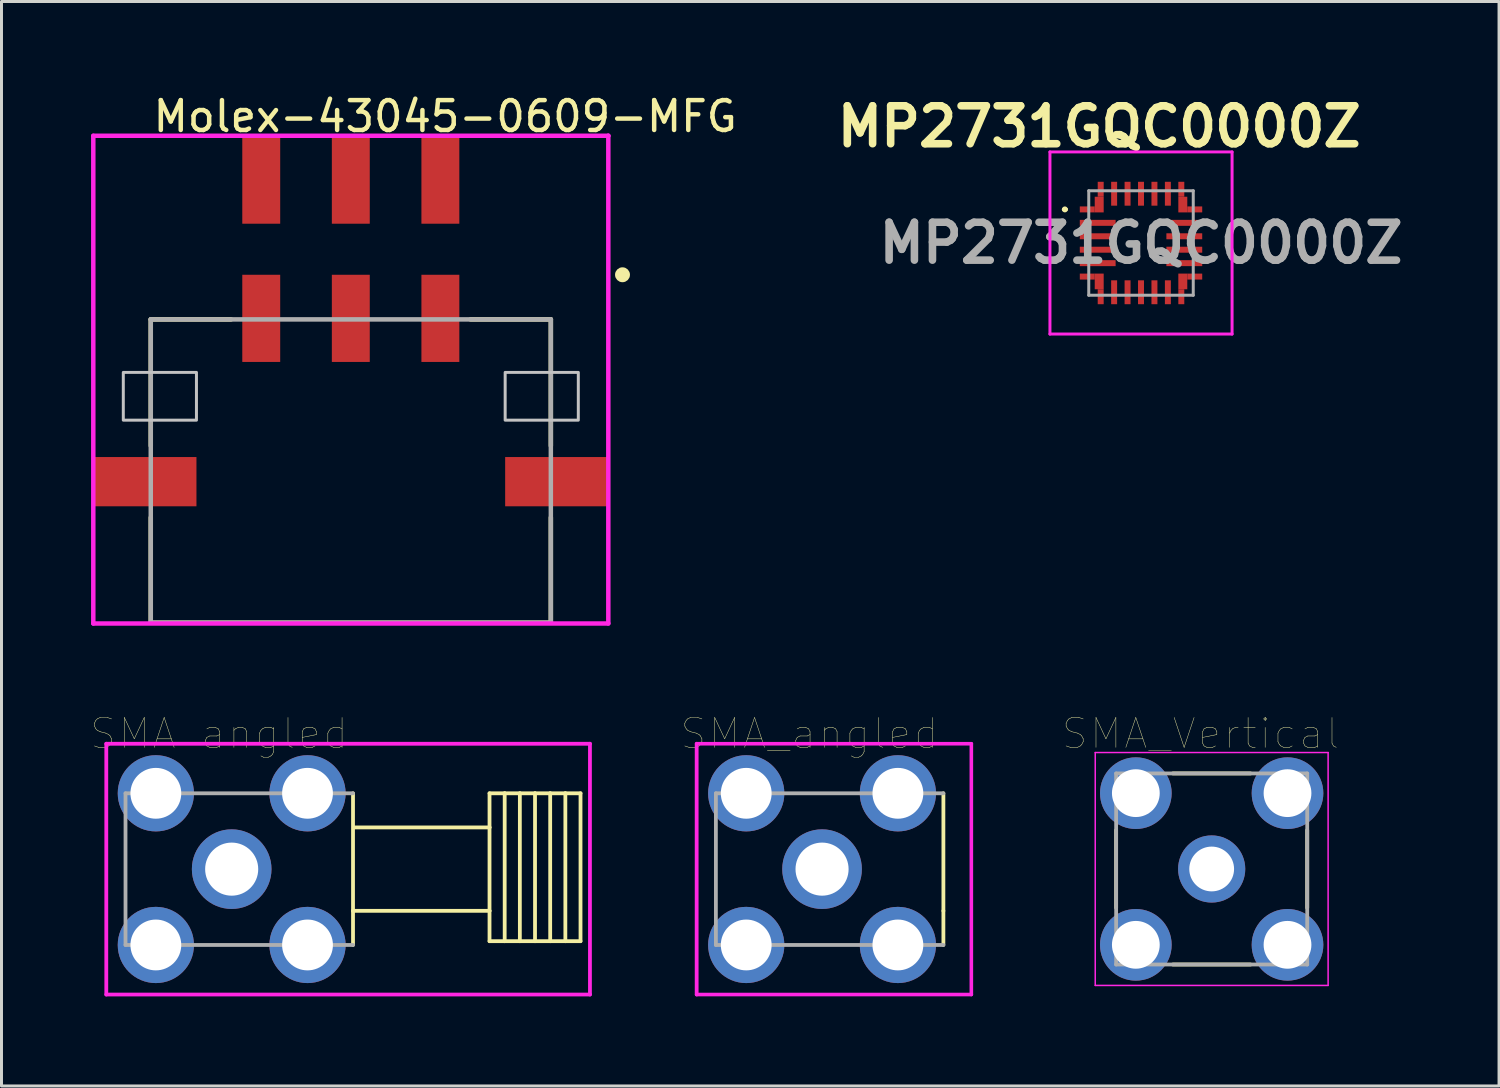
<source format=kicad_pcb>
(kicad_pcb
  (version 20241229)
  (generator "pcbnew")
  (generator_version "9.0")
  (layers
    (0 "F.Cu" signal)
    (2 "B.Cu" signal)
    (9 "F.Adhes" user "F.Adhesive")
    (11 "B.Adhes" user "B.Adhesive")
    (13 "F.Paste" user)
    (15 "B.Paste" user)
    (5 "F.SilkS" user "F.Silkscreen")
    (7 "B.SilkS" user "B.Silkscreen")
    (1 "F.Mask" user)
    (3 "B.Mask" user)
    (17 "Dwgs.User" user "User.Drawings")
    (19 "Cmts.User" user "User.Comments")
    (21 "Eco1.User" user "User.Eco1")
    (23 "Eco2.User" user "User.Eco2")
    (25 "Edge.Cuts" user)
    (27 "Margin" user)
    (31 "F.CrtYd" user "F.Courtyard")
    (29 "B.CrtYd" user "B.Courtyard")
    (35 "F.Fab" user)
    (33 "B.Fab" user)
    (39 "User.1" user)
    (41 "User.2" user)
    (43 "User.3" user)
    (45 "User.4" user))
  (footprint "SMA_angled"
    (layer "F.Cu")
    (at 24.484 26.061)
    (property "Reference" "SMA_angled" (at -0.426 -4.541 0) (layer "F.SilkS") (effects (font (size 1.001 1.001) (thickness 0.015))))
    (attr through_hole)
    (fp_line (start 4.064 -2.54) (end 4.064 1.397) (stroke (width 0.127) (type solid)) (layer "F.SilkS"))
    (fp_line (start 4.064 1.397) (end 4.064 2.54) (stroke (width 0.127) (type solid)) (layer "F.SilkS"))
    (fp_line (start -4.2 4.2) (end -4.2 -4.2) (stroke (width 0.127) (type solid)) (layer "F.CrtYd"))
    (fp_line (start 5 -4.2) (end -4.2 -4.2) (stroke (width 0.12) (type solid)) (layer "F.CrtYd"))
    (fp_line (start 5 -4.2) (end 5 4.2) (stroke (width 0.12) (type solid)) (layer "F.CrtYd"))
    (fp_line (start 5 4.2) (end -4.2 4.2) (stroke (width 0.12) (type solid)) (layer "F.CrtYd"))
    (fp_line (start -3.556 -2.54) (end -3.556 2.54) (stroke (width 0.127) (type solid)) (layer "F.Fab"))
    (fp_line (start -3.556 2.54) (end 4.064 2.54) (stroke (width 0.127) (type solid)) (layer "F.Fab"))
    (fp_line (start 4.064 -2.54) (end -3.556 -2.54) (stroke (width 0.127) (type solid)) (layer "F.Fab"))
    (pad "1" thru_hole circle (at 0 0) (size 2.667 2.667) (drill 1.778) (layers "*.Cu" "*.Mask"))
    (pad "2" thru_hole circle (at -2.54 -2.54) (size 2.553 2.553) (drill 1.702) (layers "*.Cu" "*.Mask"))
    (pad "3" thru_hole circle (at 2.54 -2.54) (size 2.553 2.553) (drill 1.702) (layers "*.Cu" "*.Mask"))
    (pad "4" thru_hole circle (at -2.54 2.54) (size 2.553 2.553) (drill 1.702) (layers "*.Cu" "*.Mask"))
    (pad "5" thru_hole circle (at 2.54 2.54) (size 2.553 2.553) (drill 1.702) (layers "*.Cu" "*.Mask")))
  (footprint "SMA angled"
    (layer "F.Cu")
    (at 4.71 26.061)
    (property "Reference" "SMA angled" (at -0.426 -4.541 0) (layer "F.SilkS") (effects (font (size 1.001 1.001) (thickness 0.015))))
    (attr through_hole)
    (fp_line (start 4.064 -2.54) (end 4.064 1.397) (stroke (width 0.127) (type solid)) (layer "F.SilkS"))
    (fp_line (start 4.064 1.397) (end 4.064 2.54) (stroke (width 0.127) (type solid)) (layer "F.SilkS"))
    (fp_line (start 4.064 1.397) (end 8.636 1.397) (stroke (width 0.127) (type solid)) (layer "F.SilkS"))
    (fp_line (start 4.091 -1.397) (end 8.636 -1.397) (stroke (width 0.127) (type solid)) (layer "F.SilkS"))
    (fp_line (start 8.636 -2.54) (end 9.144 -2.54) (stroke (width 0.127) (type solid)) (layer "F.SilkS"))
    (fp_line (start 8.636 -1.397) (end 8.636 -2.54) (stroke (width 0.127) (type solid)) (layer "F.SilkS"))
    (fp_line (start 8.636 1.397) (end 8.636 -1.397) (stroke (width 0.127) (type solid)) (layer "F.SilkS"))
    (fp_line (start 8.636 2.413) (end 8.636 1.397) (stroke (width 0.127) (type solid)) (layer "F.SilkS"))
    (fp_line (start 9.144 -2.54) (end 9.144 2.413) (stroke (width 0.127) (type solid)) (layer "F.SilkS"))
    (fp_line (start 9.144 -2.54) (end 9.652 -2.54) (stroke (width 0.127) (type solid)) (layer "F.SilkS"))
    (fp_line (start 9.144 2.413) (end 8.636 2.413) (stroke (width 0.127) (type solid)) (layer "F.SilkS"))
    (fp_line (start 9.652 -2.54) (end 9.652 2.413) (stroke (width 0.127) (type solid)) (layer "F.SilkS"))
    (fp_line (start 9.652 -2.54) (end 10.16 -2.54) (stroke (width 0.127) (type solid)) (layer "F.SilkS"))
    (fp_line (start 9.652 2.413) (end 9.144 2.413) (stroke (width 0.127) (type solid)) (layer "F.SilkS"))
    (fp_line (start 10.16 -2.54) (end 10.16 2.413) (stroke (width 0.127) (type solid)) (layer "F.SilkS"))
    (fp_line (start 10.16 -2.54) (end 10.668 -2.54) (stroke (width 0.127) (type solid)) (layer "F.SilkS"))
    (fp_line (start 10.16 2.413) (end 9.652 2.413) (stroke (width 0.127) (type solid)) (layer "F.SilkS"))
    (fp_line (start 10.668 -2.54) (end 10.668 2.413) (stroke (width 0.127) (type solid)) (layer "F.SilkS"))
    (fp_line (start 10.668 -2.54) (end 11.176 -2.54) (stroke (width 0.127) (type solid)) (layer "F.SilkS"))
    (fp_line (start 10.668 2.413) (end 10.16 2.413) (stroke (width 0.127) (type solid)) (layer "F.SilkS"))
    (fp_line (start 11.176 -2.54) (end 11.176 2.413) (stroke (width 0.127) (type solid)) (layer "F.SilkS"))
    (fp_line (start 11.176 -2.54) (end 11.684 -2.54) (stroke (width 0.127) (type solid)) (layer "F.SilkS"))
    (fp_line (start 11.176 2.413) (end 10.668 2.413) (stroke (width 0.127) (type solid)) (layer "F.SilkS"))
    (fp_line (start 11.684 -2.54) (end 11.684 2.413) (stroke (width 0.127) (type solid)) (layer "F.SilkS"))
    (fp_line (start 11.684 2.413) (end 11.176 2.413) (stroke (width 0.127) (type solid)) (layer "F.SilkS"))
    (fp_line (start -4.2 -4.2) (end 12 -4.2) (stroke (width 0.127) (type solid)) (layer "F.CrtYd"))
    (fp_line (start -4.2 4.2) (end -4.2 -4.2) (stroke (width 0.127) (type solid)) (layer "F.CrtYd"))
    (fp_line (start 12 -4.2) (end 12 4.2) (stroke (width 0.127) (type solid)) (layer "F.CrtYd"))
    (fp_line (start 12 4.2) (end -4.2 4.2) (stroke (width 0.127) (type solid)) (layer "F.CrtYd"))
    (fp_line (start -3.556 -2.54) (end -3.556 2.54) (stroke (width 0.127) (type solid)) (layer "F.Fab"))
    (fp_line (start -3.556 2.54) (end 4.064 2.54) (stroke (width 0.127) (type solid)) (layer "F.Fab"))
    (fp_line (start 4.064 -2.54) (end -3.556 -2.54) (stroke (width 0.127) (type solid)) (layer "F.Fab"))
    (pad "1" thru_hole circle (at 0 0) (size 2.667 2.667) (drill 1.778) (layers "*.Cu" "*.Mask"))
    (pad "2" thru_hole circle (at -2.54 -2.54) (size 2.553 2.553) (drill 1.702) (layers "*.Cu" "*.Mask"))
    (pad "3" thru_hole circle (at 2.54 -2.54) (size 2.553 2.553) (drill 1.702) (layers "*.Cu" "*.Mask"))
    (pad "4" thru_hole circle (at -2.54 2.54) (size 2.553 2.553) (drill 1.702) (layers "*.Cu" "*.Mask"))
    (pad "5" thru_hole circle (at 2.54 2.54) (size 2.553 2.553) (drill 1.702) (layers "*.Cu" "*.Mask")))
  (footprint "Molex-43045-0609-MFG"
    (layer "F.Cu")
    (at 8.7 12.728)
    (property "Reference" "Molex-43045-0609-MFG" (at -6.7 -11.88 0) (layer "F.SilkS") (effects (font (size 1 1) (thickness 0.15)) (justify left)))
    (attr through_hole)
    (fp_line (start -6.7 -5.08) (end -4.01 -5.08) (stroke (width 0.15) (type solid)) (layer "F.SilkS"))
    (fp_line (start -6.7 -0.845) (end -6.7 -5.08) (stroke (width 0.15) (type solid)) (layer "F.SilkS"))
    (fp_line (start -6.7 5.08) (end -6.7 1.555) (stroke (width 0.15) (type solid)) (layer "F.SilkS"))
    (fp_line (start -6.7 5.08) (end 6.7 5.08) (stroke (width 0.15) (type solid)) (layer "F.SilkS"))
    (fp_line (start 4.01 -5.08) (end 6.7 -5.08) (stroke (width 0.15) (type solid)) (layer "F.SilkS"))
    (fp_line (start 6.7 -0.845) (end 6.7 -5.08) (stroke (width 0.15) (type solid)) (layer "F.SilkS"))
    (fp_line (start 6.7 5.08) (end 6.7 1.555) (stroke (width 0.15) (type solid)) (layer "F.SilkS"))
    (fp_circle (center 9.1 -6.575) (end 9.225 -6.575) (stroke (width 0.25) (type solid)) (fill no) (layer "F.SilkS"))
    (fp_poly (pts (xy -7.62 -3.305) (xy -5.17 -3.305) (xy -5.17 -1.705) (xy -7.62 -1.705)) (stroke (width 0.1) (type solid)) (fill no) (layer "Dwgs.User"))
    (fp_poly (pts (xy 5.17 -3.305) (xy 7.62 -3.305) (xy 7.62 -1.705) (xy 5.17 -1.705)) (stroke (width 0.1) (type solid)) (fill no) (layer "Dwgs.User"))
    (fp_line (start -8.625 -11.23) (end -8.625 5.105) (stroke (width 0.15) (type solid)) (layer "F.CrtYd"))
    (fp_line (start -8.625 5.105) (end 8.625 5.105) (stroke (width 0.15) (type solid)) (layer "F.CrtYd"))
    (fp_line (start 8.625 -11.23) (end -8.625 -11.23) (stroke (width 0.15) (type solid)) (layer "F.CrtYd"))
    (fp_line (start 8.625 -11.23) (end 8.625 -11.23) (stroke (width 0.15) (type solid)) (layer "F.CrtYd"))
    (fp_line (start 8.625 5.105) (end 8.625 -11.23) (stroke (width 0.15) (type solid)) (layer "F.CrtYd"))
    (fp_line (start -6.7 -5.08) (end 6.7 -5.08) (stroke (width 0.15) (type solid)) (layer "F.Fab"))
    (fp_line (start -6.7 5.08) (end -6.7 -5.08) (stroke (width 0.15) (type solid)) (layer "F.Fab"))
    (fp_line (start 6.7 -5.08) (end 6.7 5.08) (stroke (width 0.15) (type solid)) (layer "F.Fab"))
    (fp_line (start 6.7 5.08) (end -6.7 5.08) (stroke (width 0.15) (type solid)) (layer "F.Fab"))
    (pad "1" smd rect (at 3 -5.115) (size 1.27 2.92) (layers "F.Cu" "F.Mask" "F.Paste"))
    (pad "2" smd rect (at 0 -5.115) (size 1.27 2.92) (layers "F.Cu" "F.Mask" "F.Paste"))
    (pad "3" smd rect (at -3 -5.115) (size 1.27 2.92) (layers "F.Cu" "F.Mask" "F.Paste"))
    (pad "4" smd rect (at 3 -9.745) (size 1.27 2.92) (layers "F.Cu" "F.Mask" "F.Paste"))
    (pad "5" smd rect (at 0 -9.745) (size 1.27 2.92) (layers "F.Cu" "F.Mask" "F.Paste"))
    (pad "6" smd rect (at -3 -9.745) (size 1.27 2.92) (layers "F.Cu" "F.Mask" "F.Paste"))
    (pad "7" smd rect (at -6.885 0.355) (size 3.43 1.65) (layers "F.Cu" "F.Mask" "F.Paste"))
    (pad "8" smd rect (at 6.885 0.355) (size 3.43 1.65) (layers "F.Cu" "F.Mask" "F.Paste")))
  (footprint "MP2731GQC0000Z"
    (layer "F.Cu")
    (at 35.167 5.089)
    (property "Reference" "MP2731GQC0000Z" (at -1.4 -3.9 0) (layer "F.SilkS") (effects (font (size 1.27 1.27) (thickness 0.254))))
    (attr smd)
    (fp_line (start -2.6 -1.125) (end -2.6 -1.125) (stroke (width 0.1) (type solid)) (layer "F.SilkS"))
    (fp_line (start -2.5 -1.125) (end -2.5 -1.125) (stroke (width 0.1) (type solid)) (layer "F.SilkS"))
    (fp_arc (start -2.6 -1.125) (mid -2.55 -1.175) (end -2.5 -1.125) (stroke (width 0.1) (type solid)) (layer "F.SilkS"))
    (fp_arc (start -2.5 -1.125) (mid -2.55 -1.075) (end -2.6 -1.125) (stroke (width 0.1) (type solid)) (layer "F.SilkS"))
    (fp_line (start -3.05 -3.05) (end 3.05 -3.05) (stroke (width 0.1) (type solid)) (layer "F.CrtYd"))
    (fp_line (start -3.05 3.05) (end -3.05 -3.05) (stroke (width 0.1) (type solid)) (layer "F.CrtYd"))
    (fp_line (start 3.05 -3.05) (end 3.05 3.05) (stroke (width 0.1) (type solid)) (layer "F.CrtYd"))
    (fp_line (start 3.05 3.05) (end -3.05 3.05) (stroke (width 0.1) (type solid)) (layer "F.CrtYd"))
    (fp_line (start -1.75 -1.75) (end -1.75 1.75) (stroke (width 0.1) (type solid)) (layer "F.Fab"))
    (fp_line (start -1.75 1.75) (end 1.75 1.75) (stroke (width 0.1) (type solid)) (layer "F.Fab"))
    (fp_line (start 1.75 -1.75) (end -1.75 -1.75) (stroke (width 0.1) (type solid)) (layer "F.Fab"))
    (fp_line (start 1.75 1.75) (end 1.75 -1.75) (stroke (width 0.1) (type solid)) (layer "F.Fab"))
    (fp_text user "${REFERENCE}" (at 0 0 0) (layer "F.Fab") (effects (font (size 1.27 1.27) (thickness 0.254))))
    (pad "1" smd rect (at -1.8 -1.125 90) (size 0.2 0.5) (layers "F.Cu" "F.Mask" "F.Paste"))
    (pad "2" smd rect (at -1.45 -0.675 90) (size 0.2 1.2) (layers "F.Cu" "F.Mask" "F.Paste"))
    (pad "3" smd rect (at -1.45 -0.225 90) (size 0.2 1.2) (layers "F.Cu" "F.Mask" "F.Paste"))
    (pad "4" smd rect (at -1.45 0.225 90) (size 0.2 1.2) (layers "F.Cu" "F.Mask" "F.Paste"))
    (pad "5" smd rect (at -1.45 0.675 90) (size 0.2 1.2) (layers "F.Cu" "F.Mask" "F.Paste"))
    (pad "6" smd rect (at -1.8 1.125 90) (size 0.2 0.5) (layers "F.Cu" "F.Mask" "F.Paste"))
    (pad "7" smd rect (at -1.35 1.8) (size 0.2 0.5) (layers "F.Cu" "F.Mask" "F.Paste"))
    (pad "8" smd rect (at -0.9 1.65) (size 0.2 0.8) (layers "F.Cu" "F.Mask" "F.Paste"))
    (pad "9" smd rect (at -0.45 1.65) (size 0.2 0.8) (layers "F.Cu" "F.Mask" "F.Paste"))
    (pad "10" smd rect (at 0 1.65) (size 0.2 0.8) (layers "F.Cu" "F.Mask" "F.Paste"))
    (pad "11" smd rect (at 0.45 1.65) (size 0.2 0.8) (layers "F.Cu" "F.Mask" "F.Paste"))
    (pad "12" smd rect (at 0.9 1.65) (size 0.2 0.8) (layers "F.Cu" "F.Mask" "F.Paste"))
    (pad "13" smd rect (at 1.35 1.8) (size 0.2 0.5) (layers "F.Cu" "F.Mask" "F.Paste"))
    (pad "14" smd rect (at 1.8 1.125 90) (size 0.2 0.5) (layers "F.Cu" "F.Mask" "F.Paste"))
    (pad "15" smd rect (at 1.45 0.675 90) (size 0.2 1.2) (layers "F.Cu" "F.Mask" "F.Paste"))
    (pad "16" smd rect (at 1.45 0.225 90) (size 0.2 1.2) (layers "F.Cu" "F.Mask" "F.Paste"))
    (pad "17" smd rect (at 1.45 -0.225 90) (size 0.2 1.2) (layers "F.Cu" "F.Mask" "F.Paste"))
    (pad "18" smd rect (at 1.45 -0.675 90) (size 0.2 1.2) (layers "F.Cu" "F.Mask" "F.Paste"))
    (pad "19" smd rect (at 1.8 -1.125 90) (size 0.2 0.5) (layers "F.Cu" "F.Mask" "F.Paste"))
    (pad "20" smd rect (at 1.35 -1.8) (size 0.2 0.5) (layers "F.Cu" "F.Mask" "F.Paste"))
    (pad "21" smd rect (at 0.9 -1.65) (size 0.2 0.8) (layers "F.Cu" "F.Mask" "F.Paste"))
    (pad "22" smd rect (at 0.45 -1.65) (size 0.2 0.8) (layers "F.Cu" "F.Mask" "F.Paste"))
    (pad "23" smd rect (at 0 -1.65) (size 0.2 0.8) (layers "F.Cu" "F.Mask" "F.Paste"))
    (pad "24" smd rect (at -0.45 -1.65) (size 0.2 0.8) (layers "F.Cu" "F.Mask" "F.Paste"))
    (pad "25" smd rect (at -0.9 -1.65) (size 0.2 0.8) (layers "F.Cu" "F.Mask" "F.Paste"))
    (pad "26" smd rect (at -1.35 -1.8) (size 0.2 0.5) (layers "F.Cu" "F.Mask" "F.Paste"))
    (pad "27" smd rect (at -1.4 -1.287) (size 0.3 0.525) (layers "F.Cu" "F.Mask" "F.Paste"))
    (pad "28" smd rect (at -1.4 1.287) (size 0.3 0.525) (layers "F.Cu" "F.Mask" "F.Paste"))
    (pad "29" smd rect (at 1.4 1.287) (size 0.3 0.525) (layers "F.Cu" "F.Mask" "F.Paste"))
    (pad "30" smd rect (at 1.4 -1.287) (size 0.3 0.525) (layers "F.Cu" "F.Mask" "F.Paste")))
  (footprint "SMA_Vertical"
    (layer "F.Cu")
    (at 37.534 26.056)
    (property "Reference" "SMA_Vertical" (at -0.375 -4.536 0) (layer "F.SilkS") (effects (font (size 1 1) (thickness 0.015))))
    (attr through_hole)
    (fp_line (start -3.2 1.3) (end -3.2 -1.3) (stroke (width 0.127) (type solid)) (layer "F.SilkS"))
    (fp_line (start -1.3 -3.2) (end 1.3 -3.2) (stroke (width 0.127) (type solid)) (layer "F.SilkS"))
    (fp_line (start 1.3 3.2) (end -1.3 3.2) (stroke (width 0.127) (type solid)) (layer "F.SilkS"))
    (fp_line (start 3.2 1.3) (end 3.2 -1.3) (stroke (width 0.127) (type solid)) (layer "F.SilkS"))
    (fp_line (start -3.9 -3.9) (end 3.9 -3.9) (stroke (width 0.05) (type solid)) (layer "F.CrtYd"))
    (fp_line (start -3.9 3.9) (end -3.9 -3.9) (stroke (width 0.05) (type solid)) (layer "F.CrtYd"))
    (fp_line (start 3.9 -3.9) (end 3.9 3.9) (stroke (width 0.05) (type solid)) (layer "F.CrtYd"))
    (fp_line (start 3.9 3.9) (end -3.9 3.9) (stroke (width 0.05) (type solid)) (layer "F.CrtYd"))
    (fp_line (start -3.2 -3.2) (end 3.2 -3.2) (stroke (width 0.127) (type solid)) (layer "F.Fab"))
    (fp_line (start -3.2 3.2) (end -3.2 -3.2) (stroke (width 0.127) (type solid)) (layer "F.Fab"))
    (fp_line (start 3.2 -3.2) (end 3.2 3.2) (stroke (width 0.127) (type solid)) (layer "F.Fab"))
    (fp_line (start 3.2 3.2) (end -3.2 3.2) (stroke (width 0.127) (type solid)) (layer "F.Fab"))
    (pad "1" thru_hole circle (at 0 0) (size 2.25 2.25) (drill 1.5) (layers "*.Cu" "*.Mask"))
    (pad "2" thru_hole circle (at -2.54 -2.54) (size 2.4 2.4) (drill 1.6) (layers "*.Cu" "*.Mask"))
    (pad "3" thru_hole circle (at 2.54 -2.54) (size 2.4 2.4) (drill 1.6) (layers "*.Cu" "*.Mask"))
    (pad "4" thru_hole circle (at -2.54 2.54) (size 2.4 2.4) (drill 1.6) (layers "*.Cu" "*.Mask"))
    (pad "5" thru_hole circle (at 2.54 2.54) (size 2.4 2.4) (drill 1.6) (layers "*.Cu" "*.Mask")))
  (gr_rect
    (start -3 -3)
    (end 47.159 33.324)
    (stroke (width 0.1) (type default))
    (fill no)
    (layer "Edge.Cuts")))
</source>
